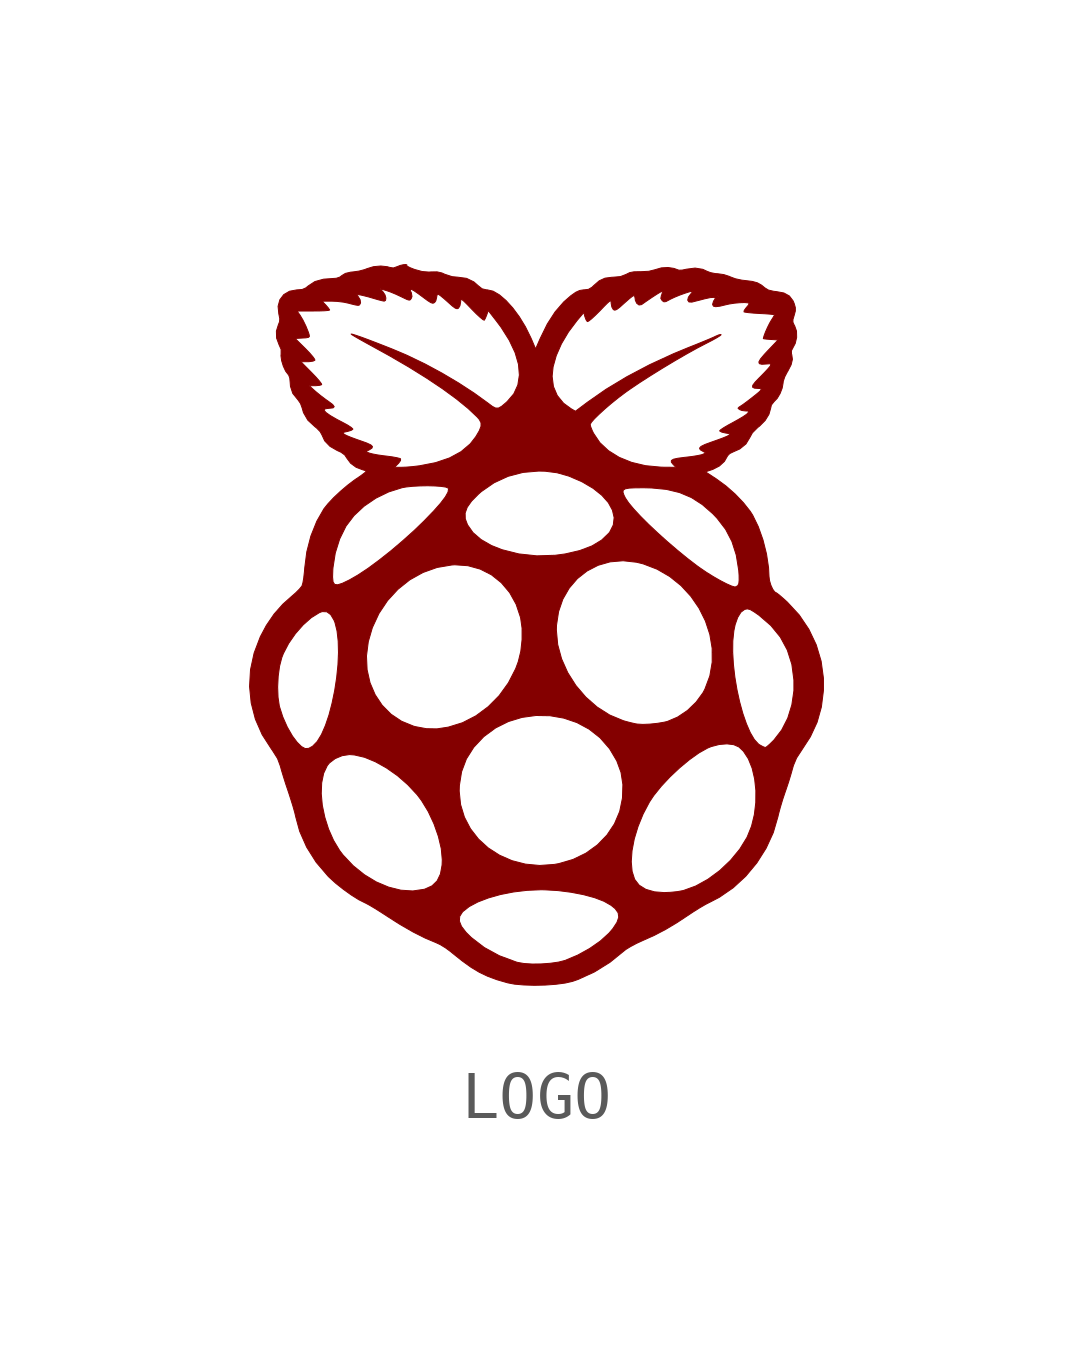
<source format=kicad_sym>
(kicad_symbol_lib
  (version 20211014)
  (generator kicad_symbol_editor)
  (symbol "LOGO"
    (pin_names
      (offset 1.016))
    (property "Reference" "#G"
      (at 0 6.874 0)
      (effects (font (size 1.27 1.27)) hide))
    (symbol "LOGO_0_0"
      (polyline (pts (xy 0.18 -7.499) (xy 0.4 -7.483) (xy 0.595 -7.457) (xy 0.748 -7.422) (xy 0.868 -7.38) (xy 1.204 -7.226) (xy 1.526 -7.026) (xy 1.819 -6.789) (xy 1.859 -6.757) (xy 1.957 -6.697) (xy 2.081 -6.631) (xy 2.214 -6.57) (xy 2.455 -6.462) (xy 2.686 -6.341) (xy 2.922 -6.2) (xy 3.182 -6.028) (xy 3.257 -5.978) (xy 3.392 -5.893) (xy 3.519 -5.819) (xy 3.619 -5.768) (xy 3.806 -5.671) (xy 4.094 -5.473) (xy 4.356 -5.232) (xy 4.587 -4.954) (xy 4.78 -4.649) (xy 4.929 -4.325) (xy 5.027 -3.989) (xy 5.038 -3.939) (xy 5.077 -3.795) (xy 5.125 -3.634) (xy 5.176 -3.482) (xy 5.199 -3.416) (xy 5.25 -3.263) (xy 5.295 -3.115) (xy 5.328 -2.998) (xy 5.349 -2.925) (xy 5.414 -2.77) (xy 5.517 -2.612) (xy 5.702 -2.327) (xy 5.842 -2.025) (xy 5.931 -1.708) (xy 5.974 -1.363) (xy 5.974 -1.106) (xy 5.926 -0.753) (xy 5.824 -0.412) (xy 5.67 -0.088) (xy 5.469 0.21) (xy 5.222 0.477) (xy 5.162 0.532) (xy 5.078 0.605) (xy 5.015 0.656) (xy 4.986 0.675) (xy 4.959 0.689) (xy 4.918 0.746) (xy 4.879 0.83) (xy 4.851 0.925) (xy 4.84 1.012) (xy 4.831 1.194) (xy 4.788 1.481) (xy 4.715 1.773) (xy 4.617 2.049) (xy 4.5 2.289) (xy 4.448 2.37) (xy 4.308 2.547) (xy 4.135 2.728) (xy 3.943 2.897) (xy 3.745 3.042) (xy 3.517 3.191) (xy 3.664 3.24) (xy 3.672 3.243) (xy 3.806 3.312) (xy 3.911 3.408) (xy 3.974 3.518) (xy 3.977 3.525) (xy 4.023 3.572) (xy 4.1 3.609) (xy 4.231 3.667) (xy 4.36 3.772) (xy 4.442 3.908) (xy 4.494 4.003) (xy 4.608 4.117) (xy 4.645 4.145) (xy 4.76 4.261) (xy 4.839 4.389) (xy 4.874 4.513) (xy 4.89 4.583) (xy 4.947 4.655) (xy 5.011 4.721) (xy 5.071 4.822) (xy 5.115 4.936) (xy 5.133 5.038) (xy 5.137 5.075) (xy 5.168 5.169) (xy 5.219 5.267) (xy 5.229 5.282) (xy 5.301 5.421) (xy 5.328 5.535) (xy 5.314 5.633) (xy 5.308 5.648) (xy 5.307 5.714) (xy 5.346 5.789) (xy 5.386 5.864) (xy 5.416 5.992) (xy 5.413 6.123) (xy 5.375 6.231) (xy 5.361 6.255) (xy 5.338 6.308) (xy 5.339 6.364) (xy 5.364 6.448) (xy 5.364 6.449) (xy 5.389 6.541) (xy 5.389 6.612) (xy 5.365 6.696) (xy 5.341 6.753) (xy 5.264 6.854) (xy 5.151 6.916) (xy 4.995 6.945) (xy 4.938 6.951) (xy 4.828 6.977) (xy 4.752 7.024) (xy 4.687 7.078) (xy 4.598 7.128) (xy 4.492 7.157) (xy 4.348 7.175) (xy 4.276 7.183) (xy 4.141 7.212) (xy 4.036 7.251) (xy 4.016 7.261) (xy 3.899 7.299) (xy 3.772 7.317) (xy 3.722 7.32) (xy 3.622 7.34) (xy 3.549 7.368) (xy 3.461 7.409) (xy 3.301 7.435) (xy 3.123 7.412) (xy 3.032 7.393) (xy 2.963 7.391) (xy 2.904 7.412) (xy 2.861 7.428) (xy 2.737 7.447) (xy 2.598 7.439) (xy 2.47 7.402) (xy 2.468 7.401) (xy 2.336 7.368) (xy 2.161 7.359) (xy 2.15 7.36) (xy 2.026 7.357) (xy 1.938 7.34) (xy 1.865 7.304) (xy 1.858 7.301) (xy 1.747 7.258) (xy 1.601 7.245) (xy 1.571 7.244) (xy 1.424 7.225) (xy 1.304 7.17) (xy 1.19 7.071) (xy 1.155 7.037) (xy 1.08 6.992) (xy 0.987 6.981) (xy 0.976 6.981) (xy 0.896 6.968) (xy 0.815 6.931) (xy 0.713 6.859) (xy 0.565 6.73) (xy 0.385 6.522) (xy 0.223 6.271) (xy 0.074 5.967) (xy -0.021 5.75) (xy -0.104 5.947) (xy -0.122 5.987) (xy -0.233 6.212) (xy -0.36 6.42) (xy -0.497 6.605) (xy -0.638 6.76) (xy -0.776 6.878) (xy -0.907 6.954) (xy -1.026 6.981) (xy -1.044 6.981) (xy -1.135 7.003) (xy -1.216 7.067) (xy -1.307 7.147) (xy -1.46 7.221) (xy -1.641 7.245) (xy -1.759 7.256) (xy -1.913 7.306) (xy -1.972 7.333) (xy -2.072 7.356) (xy -2.195 7.355) (xy -2.245 7.352) (xy -2.385 7.363) (xy -2.541 7.406) (xy -2.544 7.407) (xy -2.633 7.442) (xy -2.692 7.472) (xy -2.707 7.49) (xy -2.702 7.5) (xy -2.723 7.509) (xy -2.775 7.505) (xy -2.841 7.49) (xy -2.904 7.465) (xy -2.984 7.437) (xy -3.065 7.45) (xy -3.107 7.463) (xy -3.247 7.478) (xy -3.398 7.464) (xy -3.532 7.423) (xy -3.583 7.403) (xy -3.701 7.372) (xy -3.821 7.355) (xy -3.873 7.35) (xy -3.983 7.324) (xy -4.057 7.279) (xy -4.097 7.248) (xy -4.171 7.223) (xy -4.281 7.215) (xy -4.437 7.204) (xy -4.618 7.154) (xy -4.757 7.063) (xy -4.807 7.022) (xy -4.883 6.989) (xy -4.985 6.981) (xy -4.993 6.981) (xy -5.146 6.953) (xy -5.267 6.882) (xy -5.348 6.775) (xy -5.385 6.639) (xy -5.37 6.482) (xy -5.368 6.474) (xy -5.35 6.382) (xy -5.354 6.317) (xy -5.38 6.251) (xy -5.42 6.123) (xy -5.416 5.975) (xy -5.413 5.969) (xy -5.03 5.969) (xy -4.875 5.978) (xy -4.805 5.982) (xy -4.75 5.993) (xy -4.732 6.013) (xy -4.739 6.051) (xy -4.753 6.096) (xy -4.805 6.225) (xy -4.868 6.354) (xy -4.928 6.454) (xy -4.99 6.541) (xy -4.651 6.541) (xy -4.524 6.542) (xy -4.413 6.546) (xy -4.339 6.553) (xy -4.312 6.561) (xy -4.313 6.566) (xy -4.34 6.606) (xy -4.39 6.664) (xy -4.469 6.746) (xy -4.263 6.746) (xy -4.155 6.741) (xy -4.021 6.725) (xy -3.913 6.702) (xy -3.862 6.688) (xy -3.775 6.667) (xy -3.718 6.658) (xy -3.689 6.667) (xy -3.667 6.71) (xy -3.676 6.774) (xy -3.715 6.839) (xy -3.72 6.845) (xy -3.744 6.877) (xy -3.728 6.884) (xy -3.664 6.874) (xy -3.607 6.861) (xy -3.5 6.834) (xy -3.388 6.801) (xy -3.303 6.776) (xy -3.221 6.755) (xy -3.175 6.746) (xy -3.147 6.762) (xy -3.14 6.811) (xy -3.158 6.877) (xy -3.2 6.94) (xy -3.262 7.006) (xy -3.125 6.965) (xy -3.052 6.94) (xy -2.931 6.89) (xy -2.814 6.835) (xy -2.777 6.817) (xy -2.699 6.78) (xy -2.654 6.767) (xy -2.629 6.776) (xy -2.61 6.805) (xy -2.596 6.844) (xy -2.609 6.92) (xy -2.627 6.956) (xy -2.634 6.99) (xy -2.611 6.993) (xy -2.554 6.963) (xy -2.46 6.898) (xy -2.324 6.797) (xy -2.27 6.757) (xy -2.202 6.714) (xy -2.159 6.702) (xy -2.126 6.717) (xy -2.1 6.753) (xy -2.083 6.823) (xy -2.076 6.868) (xy -2.055 6.893) (xy -2.049 6.891) (xy -2.005 6.861) (xy -1.935 6.804) (xy -1.849 6.728) (xy -1.844 6.723) (xy -1.755 6.644) (xy -1.695 6.6) (xy -1.656 6.588) (xy -1.628 6.599) (xy -1.597 6.651) (xy -1.583 6.728) (xy -1.581 6.76) (xy -1.574 6.78) (xy -1.554 6.777) (xy -1.514 6.744) (xy -1.447 6.678) (xy -1.347 6.574) (xy -1.257 6.483) (xy -1.176 6.408) (xy -1.118 6.361) (xy -1.091 6.349) (xy -1.09 6.349) (xy -1.067 6.391) (xy -1.039 6.46) (xy -1.008 6.551) (xy -0.841 6.336) (xy -0.741 6.203) (xy -0.57 5.932) (xy -0.448 5.673) (xy -0.378 5.431) (xy -0.359 5.205) (xy -0.363 5.181) (xy 0.323 5.181) (xy 0.343 5.377) (xy 0.409 5.612) (xy 0.517 5.858) (xy 0.663 6.104) (xy 0.841 6.341) (xy 0.983 6.509) (xy 1.005 6.424) (xy 1.029 6.359) (xy 1.056 6.32) (xy 1.084 6.331) (xy 1.143 6.377) (xy 1.224 6.452) (xy 1.319 6.546) (xy 1.401 6.632) (xy 1.474 6.705) (xy 1.519 6.744) (xy 1.542 6.753) (xy 1.551 6.736) (xy 1.553 6.698) (xy 1.567 6.624) (xy 1.598 6.57) (xy 1.6 6.569) (xy 1.629 6.558) (xy 1.668 6.572) (xy 1.729 6.617) (xy 1.82 6.699) (xy 1.847 6.723) (xy 1.929 6.795) (xy 1.992 6.845) (xy 2.026 6.863) (xy 2.043 6.847) (xy 2.053 6.794) (xy 2.056 6.765) (xy 2.085 6.702) (xy 2.133 6.666) (xy 2.185 6.674) (xy 2.286 6.745) (xy 2.405 6.826) (xy 2.505 6.891) (xy 2.578 6.935) (xy 2.613 6.951) (xy 2.621 6.93) (xy 2.605 6.877) (xy 2.598 6.861) (xy 2.587 6.803) (xy 2.615 6.758) (xy 2.618 6.755) (xy 2.652 6.732) (xy 2.693 6.737) (xy 2.762 6.773) (xy 2.787 6.787) (xy 2.874 6.828) (xy 2.981 6.872) (xy 3.089 6.911) (xy 3.18 6.94) (xy 3.236 6.951) (xy 3.239 6.951) (xy 3.236 6.927) (xy 3.198 6.879) (xy 3.176 6.849) (xy 3.754 6.849) (xy 3.769 6.863) (xy 3.784 6.849) (xy 3.769 6.834) (xy 3.754 6.849) (xy 3.176 6.849) (xy 3.161 6.827) (xy 3.147 6.767) (xy 3.173 6.729) (xy 3.234 6.726) (xy 3.291 6.741) (xy 3.387 6.765) (xy 3.497 6.794) (xy 3.617 6.82) (xy 3.696 6.825) (xy 3.725 6.808) (xy 3.701 6.769) (xy 3.685 6.746) (xy 3.666 6.681) (xy 3.667 6.672) (xy 3.684 6.641) (xy 3.731 6.631) (xy 3.817 6.641) (xy 3.95 6.673) (xy 4.013 6.687) (xy 4.123 6.704) (xy 4.235 6.714) (xy 4.333 6.717) (xy 4.402 6.711) (xy 4.429 6.697) (xy 4.429 6.696) (xy 4.41 6.662) (xy 4.365 6.609) (xy 4.362 6.605) (xy 4.325 6.554) (xy 4.319 6.523) (xy 4.341 6.517) (xy 4.412 6.507) (xy 4.518 6.497) (xy 4.647 6.489) (xy 4.747 6.484) (xy 4.856 6.476) (xy 4.929 6.468) (xy 4.957 6.463) (xy 4.954 6.455) (xy 4.928 6.41) (xy 4.885 6.342) (xy 4.854 6.289) (xy 4.809 6.199) (xy 4.766 6.102) (xy 4.735 6.018) (xy 4.722 5.967) (xy 4.734 5.962) (xy 4.79 5.955) (xy 4.876 5.948) (xy 5.03 5.939) (xy 4.811 5.71) (xy 4.742 5.636) (xy 4.663 5.542) (xy 4.629 5.479) (xy 4.639 5.444) (xy 4.692 5.431) (xy 4.788 5.437) (xy 4.855 5.442) (xy 4.88 5.432) (xy 4.87 5.401) (xy 4.861 5.387) (xy 4.813 5.331) (xy 4.74 5.253) (xy 4.652 5.163) (xy 4.643 5.155) (xy 4.551 5.059) (xy 4.502 4.994) (xy 4.498 4.954) (xy 4.536 4.934) (xy 4.616 4.928) (xy 4.655 4.926) (xy 4.681 4.914) (xy 4.663 4.883) (xy 4.631 4.852) (xy 4.561 4.794) (xy 4.471 4.723) (xy 4.376 4.65) (xy 4.29 4.587) (xy 4.227 4.546) (xy 4.219 4.541) (xy 4.195 4.516) (xy 4.224 4.489) (xy 4.275 4.469) (xy 4.353 4.459) (xy 4.404 4.457) (xy 4.419 4.442) (xy 4.39 4.405) (xy 4.367 4.385) (xy 4.296 4.337) (xy 4.194 4.277) (xy 4.077 4.212) (xy 3.999 4.17) (xy 3.903 4.114) (xy 3.837 4.07) (xy 3.813 4.046) (xy 3.817 4.039) (xy 3.859 4.017) (xy 3.934 4) (xy 3.977 3.993) (xy 4.025 3.981) (xy 4.026 3.966) (xy 3.985 3.942) (xy 3.962 3.93) (xy 3.882 3.897) (xy 3.771 3.856) (xy 3.646 3.812) (xy 3.643 3.811) (xy 3.507 3.761) (xy 3.424 3.72) (xy 3.393 3.684) (xy 3.409 3.65) (xy 3.47 3.615) (xy 3.511 3.593) (xy 3.508 3.577) (xy 3.454 3.553) (xy 3.435 3.547) (xy 3.352 3.529) (xy 3.236 3.51) (xy 3.107 3.495) (xy 3.086 3.493) (xy 2.942 3.474) (xy 2.851 3.454) (xy 2.807 3.427) (xy 2.806 3.393) (xy 2.842 3.347) (xy 2.904 3.285) (xy 2.647 3.287) (xy 2.585 3.289) (xy 2.268 3.319) (xy 1.978 3.388) (xy 1.719 3.493) (xy 1.497 3.631) (xy 1.317 3.799) (xy 1.185 3.995) (xy 1.159 4.048) (xy 1.127 4.127) (xy 1.115 4.175) (xy 1.115 4.177) (xy 1.14 4.223) (xy 1.204 4.296) (xy 1.301 4.391) (xy 1.421 4.501) (xy 1.559 4.619) (xy 1.707 4.738) (xy 1.857 4.851) (xy 1.951 4.917) (xy 2.148 5.05) (xy 2.377 5.197) (xy 2.625 5.351) (xy 2.878 5.503) (xy 3.123 5.645) (xy 3.348 5.77) (xy 3.538 5.869) (xy 3.651 5.927) (xy 3.75 5.982) (xy 3.817 6.024) (xy 3.842 6.046) (xy 3.838 6.051) (xy 3.799 6.045) (xy 3.732 6.017) (xy 3.693 5.998) (xy 3.599 5.957) (xy 3.469 5.903) (xy 3.317 5.841) (xy 3.153 5.776) (xy 2.851 5.651) (xy 2.352 5.421) (xy 1.88 5.172) (xy 1.445 4.91) (xy 1.058 4.64) (xy 0.809 4.453) (xy 0.72 4.504) (xy 0.561 4.62) (xy 0.43 4.78) (xy 0.35 4.968) (xy 0.323 5.181) (xy -0.363 5.181) (xy -0.391 5) (xy -0.475 4.816) (xy -0.611 4.657) (xy -0.637 4.633) (xy -0.727 4.557) (xy -0.794 4.519) (xy -0.854 4.519) (xy -0.922 4.554) (xy -1.015 4.624) (xy -1.023 4.63) (xy -1.304 4.833) (xy -1.625 5.042) (xy -1.971 5.247) (xy -2.325 5.438) (xy -2.672 5.605) (xy -2.715 5.625) (xy -2.854 5.684) (xy -3.011 5.75) (xy -3.178 5.816) (xy -3.345 5.881) (xy -3.502 5.941) (xy -3.642 5.993) (xy -3.755 6.032) (xy -3.831 6.056) (xy -3.863 6.061) (xy -3.843 6.044) (xy -3.779 6.005) (xy -3.678 5.947) (xy -3.549 5.875) (xy -3.4 5.793) (xy -3.068 5.61) (xy -2.664 5.375) (xy -2.293 5.144) (xy -1.961 4.922) (xy -1.671 4.71) (xy -1.428 4.512) (xy -1.236 4.331) (xy -1.194 4.282) (xy -1.158 4.213) (xy -1.158 4.139) (xy -1.194 4.046) (xy -1.267 3.922) (xy -1.382 3.774) (xy -1.574 3.611) (xy -1.815 3.48) (xy -2.105 3.382) (xy -2.444 3.316) (xy -2.448 3.316) (xy -2.582 3.3) (xy -2.714 3.289) (xy -2.817 3.285) (xy -2.96 3.285) (xy -2.884 3.361) (xy -2.875 3.37) (xy -2.835 3.426) (xy -2.834 3.462) (xy -2.847 3.469) (xy -2.91 3.485) (xy -3.009 3.503) (xy -3.13 3.519) (xy -3.183 3.525) (xy -3.31 3.543) (xy -3.415 3.563) (xy -3.48 3.58) (xy -3.561 3.611) (xy -3.491 3.646) (xy -3.483 3.65) (xy -3.43 3.685) (xy -3.419 3.718) (xy -3.454 3.752) (xy -3.538 3.791) (xy -3.675 3.84) (xy -3.747 3.865) (xy -3.864 3.908) (xy -3.954 3.945) (xy -4.004 3.971) (xy -4.008 3.974) (xy -4.034 3.999) (xy -4.017 4.015) (xy -3.951 4.03) (xy -3.936 4.033) (xy -3.865 4.054) (xy -3.828 4.077) (xy -3.829 4.085) (xy -3.865 4.118) (xy -3.939 4.166) (xy -4.039 4.22) (xy -4.158 4.282) (xy -4.298 4.363) (xy -4.388 4.427) (xy -4.427 4.473) (xy -4.413 4.499) (xy -4.372 4.509) (xy -4.296 4.517) (xy -4.24 4.523) (xy -4.216 4.548) (xy -4.248 4.593) (xy -4.335 4.658) (xy -4.388 4.695) (xy -4.502 4.781) (xy -4.605 4.866) (xy -4.737 4.984) (xy -4.617 4.985) (xy -4.591 4.986) (xy -4.517 4.993) (xy -4.477 5.007) (xy -4.484 5.028) (xy -4.525 5.083) (xy -4.594 5.162) (xy -4.684 5.256) (xy -4.911 5.485) (xy -4.774 5.485) (xy -4.732 5.486) (xy -4.657 5.497) (xy -4.619 5.515) (xy -4.623 5.535) (xy -4.661 5.589) (xy -4.728 5.667) (xy -4.815 5.757) (xy -5.03 5.969) (xy -5.413 5.969) (xy -5.365 5.839) (xy -5.322 5.742) (xy -5.322 5.642) (xy -5.325 5.609) (xy -5.311 5.507) (xy -5.276 5.392) (xy -5.227 5.287) (xy -5.174 5.218) (xy -5.166 5.21) (xy -5.142 5.147) (xy -5.133 5.054) (xy -5.127 4.972) (xy -5.079 4.825) (xy -4.977 4.698) (xy -4.973 4.694) (xy -4.918 4.615) (xy -4.884 4.522) (xy -4.856 4.424) (xy -4.765 4.267) (xy -4.62 4.133) (xy -4.58 4.101) (xy -4.509 4.028) (xy -4.473 3.964) (xy -4.414 3.836) (xy -4.304 3.722) (xy -4.155 3.636) (xy -4.074 3.599) (xy -3.997 3.543) (xy -3.949 3.471) (xy -3.874 3.37) (xy -3.76 3.286) (xy -3.63 3.236) (xy -3.574 3.219) (xy -3.55 3.201) (xy -3.555 3.193) (xy -3.598 3.158) (xy -3.673 3.102) (xy -3.771 3.036) (xy -3.797 3.018) (xy -3.938 2.911) (xy -4.086 2.785) (xy -4.227 2.653) (xy -4.346 2.526) (xy -4.431 2.42) (xy -4.578 2.163) (xy -4.702 1.854) (xy -4.787 1.524) (xy -4.83 1.188) (xy -4.836 1.111) (xy -4.849 0.998) (xy -4.25 0.998) (xy -4.245 1.15) (xy -4.242 1.192) (xy -4.194 1.499) (xy -4.102 1.793) (xy -3.972 2.057) (xy -3.969 2.062) (xy -3.804 2.279) (xy -3.594 2.475) (xy -3.349 2.642) (xy -3.08 2.773) (xy -2.8 2.861) (xy -2.715 2.876) (xy -2.579 2.89) (xy -2.426 2.898) (xy -2.268 2.901) (xy -2.119 2.897) (xy -1.99 2.888) (xy -1.895 2.874) (xy -1.845 2.854) (xy -1.835 2.836) (xy -1.845 2.769) (xy -1.901 2.668) (xy -2.003 2.534) (xy -2.151 2.367) (xy -2.186 2.332) (xy -1.489 2.332) (xy -1.446 2.452) (xy -1.355 2.581) (xy -1.213 2.725) (xy -1.152 2.779) (xy -0.888 2.962) (xy -0.596 3.097) (xy -0.283 3.179) (xy 0.044 3.207) (xy 0.176 3.204) (xy 0.425 3.172) (xy 0.668 3.103) (xy 0.925 2.993) (xy 0.955 2.978) (xy 1.179 2.846) (xy 1.276 2.768) (xy 1.798 2.768) (xy 1.805 2.81) (xy 1.847 2.837) (xy 1.929 2.852) (xy 2.057 2.858) (xy 2.238 2.859) (xy 2.395 2.855) (xy 2.705 2.825) (xy 2.978 2.759) (xy 3.224 2.655) (xy 3.451 2.509) (xy 3.67 2.318) (xy 3.76 2.223) (xy 3.937 1.992) (xy 4.068 1.74) (xy 4.158 1.458) (xy 4.21 1.137) (xy 4.217 1.035) (xy 4.218 0.933) (xy 4.212 0.866) (xy 4.19 0.819) (xy 4.137 0.792) (xy 4.13 0.792) (xy 4.061 0.812) (xy 3.955 0.859) (xy 3.825 0.926) (xy 3.682 1.008) (xy 3.537 1.098) (xy 3.401 1.191) (xy 3.341 1.234) (xy 3.139 1.389) (xy 2.93 1.56) (xy 2.721 1.739) (xy 2.519 1.921) (xy 2.331 2.098) (xy 2.163 2.266) (xy 2.022 2.418) (xy 1.915 2.547) (xy 1.848 2.647) (xy 1.818 2.708) (xy 1.798 2.768) (xy 1.276 2.768) (xy 1.359 2.702) (xy 1.494 2.55) (xy 1.579 2.393) (xy 1.615 2.237) (xy 1.597 2.084) (xy 1.524 1.939) (xy 1.506 1.915) (xy 1.354 1.769) (xy 1.151 1.647) (xy 0.898 1.551) (xy 0.596 1.481) (xy 0.387 1.453) (xy 0.005 1.441) (xy -0.37 1.481) (xy -0.724 1.57) (xy -0.943 1.657) (xy -1.158 1.781) (xy -1.325 1.925) (xy -1.439 2.087) (xy -1.486 2.212) (xy -1.489 2.332) (xy -2.186 2.332) (xy -2.344 2.168) (xy -2.551 1.968) (xy -2.792 1.752) (xy -3.038 1.543) (xy -3.281 1.351) (xy -3.511 1.181) (xy -3.721 1.042) (xy -3.9 0.939) (xy -3.906 0.936) (xy -4.046 0.869) (xy -4.145 0.838) (xy -4.207 0.846) (xy -4.24 0.898) (xy -4.25 0.998) (xy -4.849 0.998) (xy -4.85 0.983) (xy -4.868 0.88) (xy -4.886 0.818) (xy -4.891 0.809) (xy -4.94 0.749) (xy -5.018 0.671) (xy -5.111 0.59) (xy -5.287 0.433) (xy -5.467 0.23) (xy -5.63 -0.009) (xy -5.755 -0.244) (xy -5.884 -0.583) (xy -5.959 -0.929) (xy -5.979 -1.278) (xy -5.978 -1.291) (xy -5.394 -1.291) (xy -5.383 -1.067) (xy -5.354 -0.856) (xy -5.308 -0.679) (xy -5.274 -0.592) (xy -5.165 -0.383) (xy -5.024 -0.18) (xy -4.864 0.002) (xy -4.694 0.153) (xy -4.525 0.258) (xy -4.466 0.28) (xy -4.37 0.276) (xy -4.289 0.217) (xy -4.22 0.101) (xy -4.2 0.052) (xy -4.157 -0.123) (xy -4.133 -0.335) (xy -4.127 -0.573) (xy -4.13 -0.644) (xy -3.544 -0.644) (xy -3.506 -0.346) (xy -3.422 -0.056) (xy -3.284 0.241) (xy -3.105 0.509) (xy -2.889 0.744) (xy -2.642 0.941) (xy -2.368 1.094) (xy -2.074 1.199) (xy -1.765 1.251) (xy -1.705 1.255) (xy -1.431 1.236) (xy -1.175 1.165) (xy -0.941 1.046) (xy -0.735 0.881) (xy -0.562 0.676) (xy -0.427 0.433) (xy -0.335 0.158) (xy -0.333 0.148) (xy -0.303 -0.066) (xy -0.303 -0.104) (xy 0.411 -0.104) (xy 0.414 -0.005) (xy 0.457 0.279) (xy 0.546 0.538) (xy 0.679 0.769) (xy 0.848 0.966) (xy 1.05 1.125) (xy 1.28 1.244) (xy 1.531 1.316) (xy 1.801 1.339) (xy 2.082 1.308) (xy 2.22 1.274) (xy 2.509 1.163) (xy 2.773 1.01) (xy 3.009 0.82) (xy 3.213 0.598) (xy 3.383 0.351) (xy 3.516 0.084) (xy 3.608 -0.196) (xy 3.656 -0.484) (xy 3.656 -0.568) (xy 4.084 -0.568) (xy 4.086 -0.332) (xy 4.108 -0.121) (xy 4.135 0.008) (xy 4.188 0.158) (xy 4.255 0.267) (xy 4.332 0.325) (xy 4.388 0.337) (xy 4.447 0.323) (xy 4.529 0.275) (xy 4.63 0.205) (xy 4.879 -0.01) (xy 5.076 -0.251) (xy 5.221 -0.52) (xy 5.316 -0.818) (xy 5.359 -1.145) (xy 5.359 -1.368) (xy 5.316 -1.663) (xy 5.231 -1.939) (xy 5.104 -2.187) (xy 4.941 -2.398) (xy 4.932 -2.406) (xy 4.857 -2.48) (xy 4.797 -2.532) (xy 4.764 -2.552) (xy 4.76 -2.551) (xy 4.712 -2.532) (xy 4.644 -2.495) (xy 4.622 -2.48) (xy 4.535 -2.385) (xy 4.45 -2.241) (xy 4.37 -2.057) (xy 4.295 -1.842) (xy 4.229 -1.602) (xy 4.173 -1.347) (xy 4.129 -1.084) (xy 4.099 -0.822) (xy 4.084 -0.568) (xy 3.656 -0.568) (xy 3.657 -0.774) (xy 3.608 -1.06) (xy 3.505 -1.335) (xy 3.464 -1.412) (xy 3.321 -1.607) (xy 3.141 -1.78) (xy 2.937 -1.917) (xy 2.724 -2.008) (xy 2.656 -2.024) (xy 2.514 -2.048) (xy 2.357 -2.064) (xy 2.211 -2.07) (xy 2.097 -2.063) (xy 2.054 -2.056) (xy 1.955 -2.033) (xy 1.848 -2.005) (xy 1.802 -1.991) (xy 1.521 -1.874) (xy 1.26 -1.708) (xy 1.024 -1.501) (xy 0.818 -1.26) (xy 0.648 -0.992) (xy 0.52 -0.705) (xy 0.439 -0.407) (xy 0.411 -0.104) (xy -0.303 -0.104) (xy -0.303 -0.305) (xy -0.329 -0.546) (xy -0.382 -0.763) (xy -0.437 -0.911) (xy -0.588 -1.205) (xy -0.78 -1.471) (xy -1.008 -1.701) (xy -1.264 -1.891) (xy -1.544 -2.035) (xy -1.841 -2.127) (xy -2.078 -2.163) (xy -2.297 -2.159) (xy -2.522 -2.117) (xy -2.561 -2.107) (xy -2.813 -2.004) (xy -3.033 -1.857) (xy -3.218 -1.67) (xy -3.364 -1.45) (xy -3.47 -1.202) (xy -3.531 -0.931) (xy -3.544 -0.644) (xy -4.13 -0.644) (xy -4.138 -0.829) (xy -4.165 -1.096) (xy -4.206 -1.364) (xy -4.26 -1.625) (xy -4.324 -1.871) (xy -4.399 -2.092) (xy -4.481 -2.28) (xy -4.571 -2.427) (xy -4.666 -2.524) (xy -4.747 -2.569) (xy -4.821 -2.573) (xy -4.897 -2.532) (xy -4.988 -2.442) (xy -5.086 -2.312) (xy -5.194 -2.124) (xy -5.287 -1.914) (xy -5.355 -1.702) (xy -5.359 -1.688) (xy -5.386 -1.505) (xy -5.394 -1.291) (xy -5.978 -1.291) (xy -5.945 -1.623) (xy -5.858 -1.96) (xy -5.717 -2.282) (xy -5.522 -2.585) (xy -5.504 -2.61) (xy -5.396 -2.781) (xy -5.338 -2.937) (xy -5.338 -2.938) (xy -5.313 -3.029) (xy -5.274 -3.158) (xy -5.227 -3.307) (xy -5.175 -3.461) (xy -5.175 -3.461) (xy -5.158 -3.512) (xy -4.486 -3.512) (xy -4.477 -3.287) (xy -4.436 -3.088) (xy -4.36 -2.927) (xy -4.315 -2.872) (xy -4.196 -2.782) (xy -4.05 -2.721) (xy -3.898 -2.698) (xy -3.794 -2.706) (xy -3.583 -2.755) (xy -3.358 -2.848) (xy -3.127 -2.977) (xy -2.898 -3.138) (xy -2.683 -3.326) (xy -2.561 -3.457) (xy -1.613 -3.457) (xy -1.609 -3.343) (xy -1.563 -3.055) (xy -1.463 -2.789) (xy -1.309 -2.546) (xy -1.101 -2.325) (xy -1.097 -2.322) (xy -0.854 -2.143) (xy -0.587 -2.01) (xy -0.305 -1.924) (xy -0.013 -1.884) (xy 0.279 -1.889) (xy 0.566 -1.939) (xy 0.84 -2.032) (xy 1.094 -2.169) (xy 1.321 -2.348) (xy 1.513 -2.568) (xy 1.528 -2.59) (xy 1.67 -2.83) (xy 1.758 -3.07) (xy 1.797 -3.323) (xy 1.788 -3.603) (xy 1.788 -3.604) (xy 1.731 -3.882) (xy 1.621 -4.141) (xy 1.465 -4.375) (xy 1.266 -4.58) (xy 1.029 -4.751) (xy 0.76 -4.882) (xy 0.598 -4.93) (xy 1.971 -4.93) (xy 1.987 -4.701) (xy 2.034 -4.454) (xy 2.112 -4.197) (xy 2.217 -3.939) (xy 2.349 -3.688) (xy 2.438 -3.554) (xy 2.593 -3.361) (xy 2.776 -3.165) (xy 2.977 -2.976) (xy 3.183 -2.805) (xy 3.382 -2.663) (xy 3.564 -2.561) (xy 3.639 -2.531) (xy 3.803 -2.488) (xy 3.964 -2.475) (xy 4.106 -2.492) (xy 4.214 -2.54) (xy 4.307 -2.628) (xy 4.41 -2.786) (xy 4.489 -2.982) (xy 4.541 -3.205) (xy 4.567 -3.447) (xy 4.565 -3.699) (xy 4.535 -3.95) (xy 4.476 -4.191) (xy 4.386 -4.414) (xy 4.383 -4.421) (xy 4.231 -4.668) (xy 4.038 -4.902) (xy 3.814 -5.114) (xy 3.569 -5.295) (xy 3.314 -5.436) (xy 3.059 -5.529) (xy 3.055 -5.53) (xy 2.938 -5.552) (xy 2.794 -5.567) (xy 2.654 -5.573) (xy 2.454 -5.557) (xy 2.274 -5.505) (xy 2.136 -5.419) (xy 2.044 -5.3) (xy 2.041 -5.295) (xy 1.989 -5.131) (xy 1.971 -4.93) (xy 0.598 -4.93) (xy 0.463 -4.969) (xy 0.369 -4.986) (xy 0.063 -5.008) (xy -0.233 -4.98) (xy -0.513 -4.908) (xy -0.773 -4.794) (xy -1.008 -4.643) (xy -1.211 -4.458) (xy -1.378 -4.243) (xy -1.504 -4.002) (xy -1.584 -3.739) (xy -1.613 -3.457) (xy -2.561 -3.457) (xy -2.489 -3.534) (xy -2.397 -3.656) (xy -2.257 -3.886) (xy -2.138 -4.141) (xy -2.046 -4.403) (xy -1.986 -4.657) (xy -1.965 -4.889) (xy -1.969 -4.999) (xy -2.003 -5.186) (xy -2.072 -5.329) (xy -2.178 -5.432) (xy -2.325 -5.499) (xy -2.346 -5.505) (xy -2.579 -5.539) (xy -2.828 -5.523) (xy -3.083 -5.459) (xy -3.339 -5.351) (xy -3.587 -5.201) (xy -3.82 -5.014) (xy -4.031 -4.791) (xy -4.102 -4.698) (xy -4.23 -4.485) (xy -4.334 -4.25) (xy -4.412 -4.003) (xy -4.464 -3.754) (xy -4.486 -3.512) (xy -5.158 -3.512) (xy -5.124 -3.618) (xy -5.076 -3.772) (xy -5.038 -3.906) (xy -5.015 -4.004) (xy -4.935 -4.297) (xy -4.79 -4.626) (xy -4.593 -4.939) (xy -4.345 -5.23) (xy -4.323 -5.252) (xy -4.185 -5.378) (xy -4.025 -5.505) (xy -3.859 -5.624) (xy -3.703 -5.722) (xy -3.571 -5.788) (xy -3.556 -5.795) (xy -3.48 -5.836) (xy -3.371 -5.901) (xy -3.242 -5.982) (xy -3.105 -6.071) (xy -2.955 -6.167) (xy -1.609 -6.167) (xy -1.602 -6.068) (xy -1.545 -5.978) (xy -1.537 -5.969) (xy -1.404 -5.864) (xy -1.223 -5.768) (xy -1.003 -5.684) (xy -0.752 -5.613) (xy -0.481 -5.56) (xy -0.199 -5.526) (xy 0.086 -5.514) (xy 0.167 -5.515) (xy 0.445 -5.531) (xy 0.718 -5.566) (xy 0.977 -5.616) (xy 1.209 -5.679) (xy 1.404 -5.754) (xy 1.551 -5.838) (xy 1.636 -5.907) (xy 1.698 -5.994) (xy 1.711 -6.086) (xy 1.674 -6.193) (xy 1.588 -6.324) (xy 1.507 -6.419) (xy 1.326 -6.583) (xy 1.105 -6.737) (xy 0.856 -6.875) (xy 0.589 -6.987) (xy 0.589 -6.987) (xy 0.456 -7.021) (xy 0.286 -7.045) (xy 0.096 -7.059) (xy -0.093 -7.061) (xy -0.264 -7.05) (xy -0.396 -7.027) (xy -0.427 -7.018) (xy -0.777 -6.888) (xy -1.09 -6.717) (xy -1.363 -6.507) (xy -1.469 -6.402) (xy -1.565 -6.277) (xy -1.609 -6.167) (xy -2.955 -6.167) (xy -2.841 -6.239) (xy -2.572 -6.394) (xy -2.32 -6.521) (xy -2.097 -6.615) (xy -2.011 -6.655) (xy -1.896 -6.725) (xy -1.789 -6.804) (xy -1.762 -6.827) (xy -1.552 -6.995) (xy -1.366 -7.129) (xy -1.192 -7.234) (xy -1.015 -7.318) (xy -0.823 -7.389) (xy -0.601 -7.453) (xy -0.46 -7.48) (xy -0.266 -7.497) (xy -0.047 -7.504) (xy 0.18 -7.499)) (stroke (width 0.01) (type default) (color 0 0 0 0)) (fill (type outline))))))
</source>
